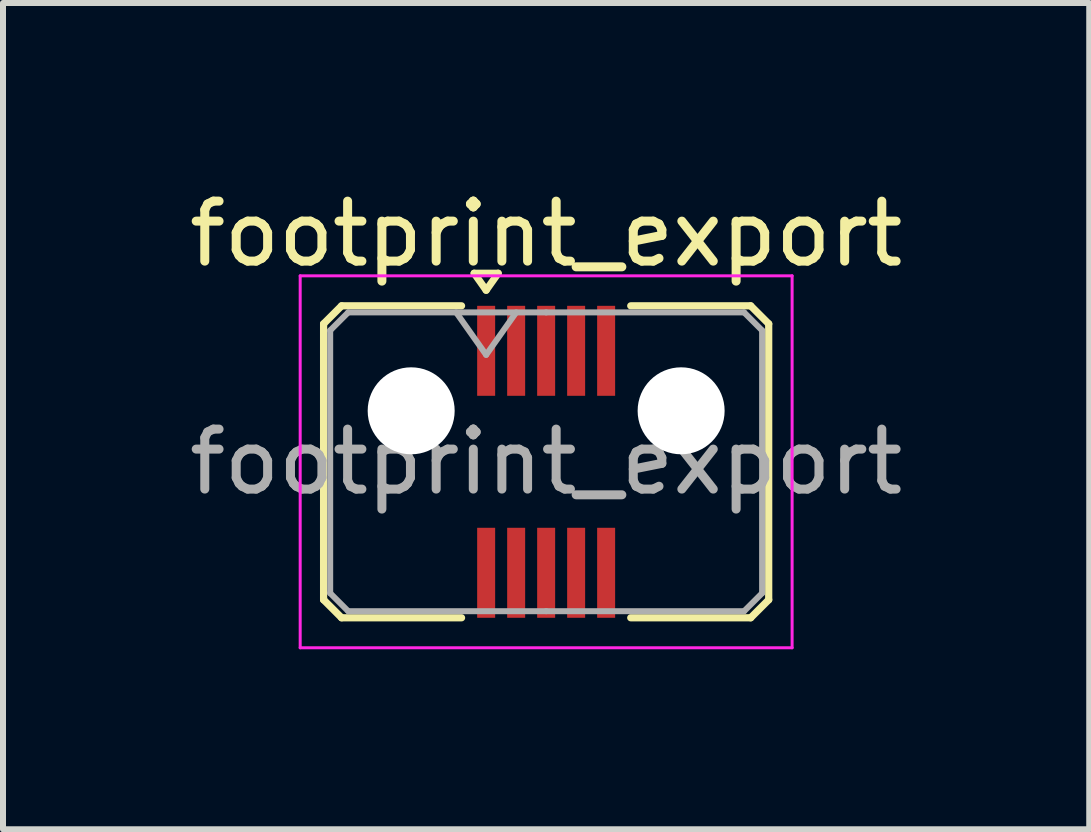
<source format=kicad_pcb>
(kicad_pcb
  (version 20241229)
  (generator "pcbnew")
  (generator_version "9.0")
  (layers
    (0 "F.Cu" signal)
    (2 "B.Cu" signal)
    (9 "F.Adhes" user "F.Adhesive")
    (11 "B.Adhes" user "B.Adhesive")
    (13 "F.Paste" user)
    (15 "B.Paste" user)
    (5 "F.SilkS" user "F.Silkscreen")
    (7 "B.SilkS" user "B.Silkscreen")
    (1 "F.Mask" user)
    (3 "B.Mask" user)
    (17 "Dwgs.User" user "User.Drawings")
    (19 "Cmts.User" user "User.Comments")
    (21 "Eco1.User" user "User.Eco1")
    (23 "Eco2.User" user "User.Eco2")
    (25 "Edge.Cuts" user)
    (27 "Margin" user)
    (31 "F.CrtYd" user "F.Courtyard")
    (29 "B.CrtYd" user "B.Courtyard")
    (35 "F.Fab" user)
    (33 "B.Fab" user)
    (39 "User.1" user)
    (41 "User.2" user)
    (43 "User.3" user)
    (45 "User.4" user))
  (footprint "footprint_export"
    (layer "F.Cu")
    (at 6.054 4.648)
    (property "Reference" "footprint_export" (at 0 -3.8 0) (layer "F.SilkS") (effects (font (size 1 1) (thickness 0.15))))
    (attr smd)
    (fp_line (start -3.71 -2.3) (end -3.71 2.3) (stroke (width 0.12) (type solid)) (layer "F.SilkS"))
    (fp_line (start -3.71 2.3) (end -3.41 2.6) (stroke (width 0.12) (type solid)) (layer "F.SilkS"))
    (fp_line (start -3.41 -2.6) (end -3.71 -2.3) (stroke (width 0.12) (type solid)) (layer "F.SilkS"))
    (fp_line (start -3.41 2.6) (end -1.41 2.6) (stroke (width 0.12) (type solid)) (layer "F.SilkS"))
    (fp_line (start -1.41 -2.6) (end -3.41 -2.6) (stroke (width 0.12) (type solid)) (layer "F.SilkS"))
    (fp_line (start -1.2 -3.143) (end -0.8 -3.143) (stroke (width 0.12) (type solid)) (layer "F.SilkS"))
    (fp_line (start -1 -2.86) (end -1.2 -3.143) (stroke (width 0.12) (type solid)) (layer "F.SilkS"))
    (fp_line (start -0.8 -3.143) (end -1 -2.86) (stroke (width 0.12) (type solid)) (layer "F.SilkS"))
    (fp_line (start 1.41 -2.6) (end 3.41 -2.6) (stroke (width 0.12) (type solid)) (layer "F.SilkS"))
    (fp_line (start 3.41 -2.6) (end 3.71 -2.3) (stroke (width 0.12) (type solid)) (layer "F.SilkS"))
    (fp_line (start 3.41 2.6) (end 1.41 2.6) (stroke (width 0.12) (type solid)) (layer "F.SilkS"))
    (fp_line (start 3.71 -2.3) (end 3.71 2.3) (stroke (width 0.12) (type solid)) (layer "F.SilkS"))
    (fp_line (start 3.71 2.3) (end 3.41 2.6) (stroke (width 0.12) (type solid)) (layer "F.SilkS"))
    (fp_line (start -4.1 -3.1) (end -4.1 3.1) (stroke (width 0.05) (type solid)) (layer "F.CrtYd"))
    (fp_line (start -4.1 3.1) (end 4.1 3.1) (stroke (width 0.05) (type solid)) (layer "F.CrtYd"))
    (fp_line (start 4.1 -3.1) (end -4.1 -3.1) (stroke (width 0.05) (type solid)) (layer "F.CrtYd"))
    (fp_line (start 4.1 3.1) (end 4.1 -3.1) (stroke (width 0.05) (type solid)) (layer "F.CrtYd"))
    (fp_line (start -3.6 -2.19) (end -3.6 2.19) (stroke (width 0.1) (type solid)) (layer "F.Fab"))
    (fp_line (start -3.6 2.19) (end -3.3 2.49) (stroke (width 0.1) (type solid)) (layer "F.Fab"))
    (fp_line (start -3.3 -2.49) (end -3.6 -2.19) (stroke (width 0.1) (type solid)) (layer "F.Fab"))
    (fp_line (start -3.3 2.49) (end 0 2.49) (stroke (width 0.1) (type solid)) (layer "F.Fab"))
    (fp_line (start -1.5 -2.49) (end -1 -1.783) (stroke (width 0.1) (type solid)) (layer "F.Fab"))
    (fp_line (start -1 -1.783) (end -0.5 -2.49) (stroke (width 0.1) (type solid)) (layer "F.Fab"))
    (fp_line (start 0 -2.49) (end -3.3 -2.49) (stroke (width 0.1) (type solid)) (layer "F.Fab"))
    (fp_line (start 0 -2.49) (end 3.3 -2.49) (stroke (width 0.1) (type solid)) (layer "F.Fab"))
    (fp_line (start 3.3 -2.49) (end 3.6 -2.19) (stroke (width 0.1) (type solid)) (layer "F.Fab"))
    (fp_line (start 3.3 2.49) (end 0 2.49) (stroke (width 0.1) (type solid)) (layer "F.Fab"))
    (fp_line (start 3.6 -2.19) (end 3.6 2.19) (stroke (width 0.1) (type solid)) (layer "F.Fab"))
    (fp_line (start 3.6 2.19) (end 3.3 2.49) (stroke (width 0.1) (type solid)) (layer "F.Fab"))
    (fp_text user "${REFERENCE}" (at 0 0 0) (layer "F.Fab") (effects (font (size 1 1) (thickness 0.15))))
    (pad "" np_thru_hole circle (at -2.25 -0.85) (size 1.45 1.45) (drill 1.45) (layers "*.Cu" "*.Mask"))
    (pad "" np_thru_hole circle (at 2.25 -0.85) (size 1.45 1.45) (drill 1.45) (layers "*.Cu" "*.Mask"))
    (pad "1" smd rect (at -1 -1.85) (size 0.3 1.5) (layers "F.Cu" "F.Mask" "F.Paste"))
    (pad "2" smd rect (at -1 1.85) (size 0.3 1.5) (layers "F.Cu" "F.Mask" "F.Paste"))
    (pad "3" smd rect (at -0.5 -1.85) (size 0.3 1.5) (layers "F.Cu" "F.Mask" "F.Paste"))
    (pad "4" smd rect (at -0.5 1.85) (size 0.3 1.5) (layers "F.Cu" "F.Mask" "F.Paste"))
    (pad "5" smd rect (at 0 -1.85) (size 0.3 1.5) (layers "F.Cu" "F.Mask" "F.Paste"))
    (pad "6" smd rect (at 0 1.85) (size 0.3 1.5) (layers "F.Cu" "F.Mask" "F.Paste"))
    (pad "7" smd rect (at 0.5 -1.85) (size 0.3 1.5) (layers "F.Cu" "F.Mask" "F.Paste"))
    (pad "8" smd rect (at 0.5 1.85) (size 0.3 1.5) (layers "F.Cu" "F.Mask" "F.Paste"))
    (pad "9" smd rect (at 1 -1.85) (size 0.3 1.5) (layers "F.Cu" "F.Mask" "F.Paste"))
    (pad "10" smd rect (at 1 1.85) (size 0.3 1.5) (layers "F.Cu" "F.Mask" "F.Paste")))
  (gr_rect
    (start -3 -3)
    (end 15.107 10.773)
    (stroke (width 0.1) (type default))
    (fill no)
    (layer "Edge.Cuts")))
</source>
